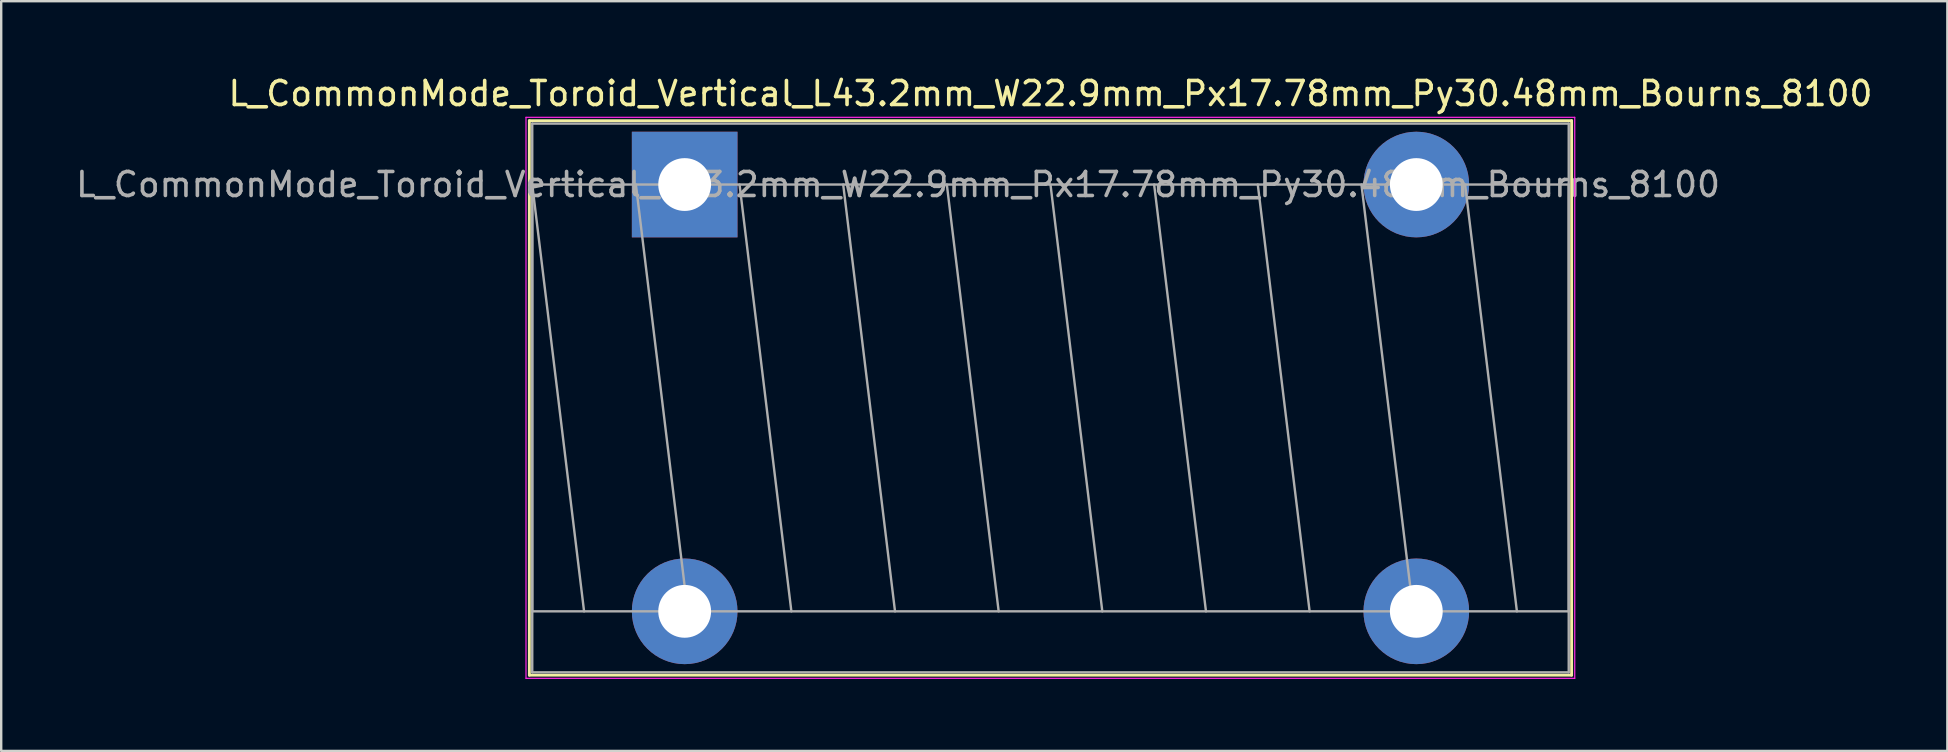
<source format=kicad_pcb>
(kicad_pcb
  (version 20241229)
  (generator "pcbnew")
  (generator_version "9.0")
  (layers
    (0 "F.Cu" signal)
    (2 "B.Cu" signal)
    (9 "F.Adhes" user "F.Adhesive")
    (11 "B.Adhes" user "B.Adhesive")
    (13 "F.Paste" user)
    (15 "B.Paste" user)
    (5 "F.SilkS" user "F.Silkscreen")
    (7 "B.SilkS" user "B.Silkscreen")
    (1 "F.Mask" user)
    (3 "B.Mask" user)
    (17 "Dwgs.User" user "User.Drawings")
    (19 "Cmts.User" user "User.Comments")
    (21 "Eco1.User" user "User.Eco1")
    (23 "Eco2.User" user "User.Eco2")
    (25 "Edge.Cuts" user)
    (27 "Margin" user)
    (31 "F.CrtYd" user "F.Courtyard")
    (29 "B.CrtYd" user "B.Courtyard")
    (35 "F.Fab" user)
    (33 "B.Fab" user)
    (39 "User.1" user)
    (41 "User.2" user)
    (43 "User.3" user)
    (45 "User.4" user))
  (footprint "L_CommonMode_Toroid_Vertical_L43.2mm_W22.9mm_Px17.78mm_Py30.48mm_Bourns_8100"
    (layer "F.Cu")
    (at 25.473 4.638)
    (property "Reference" "L_CommonMode_Toroid_Vertical_L43.2mm_W22.9mm_Px17.78mm_Py30.48mm_Bourns_8100" (at 15.24 -3.79 0) (layer "F.SilkS") (effects (font (size 1 1) (thickness 0.15))))
    (attr through_hole)
    (fp_line (start -6.47 -2.66) (end -6.47 20.44) (stroke (width 0.12) (type solid)) (layer "F.SilkS"))
    (fp_line (start -6.47 -2.66) (end 36.95 -2.66) (stroke (width 0.12) (type solid)) (layer "F.SilkS"))
    (fp_line (start -6.47 20.44) (end 36.95 20.44) (stroke (width 0.12) (type solid)) (layer "F.SilkS"))
    (fp_line (start 36.95 -2.66) (end 36.95 20.44) (stroke (width 0.12) (type solid)) (layer "F.SilkS"))
    (fp_line (start -6.61 -2.8) (end -6.61 20.57) (stroke (width 0.05) (type solid)) (layer "F.CrtYd"))
    (fp_line (start -6.61 20.57) (end 37.08 20.57) (stroke (width 0.05) (type solid)) (layer "F.CrtYd"))
    (fp_line (start 37.08 -2.8) (end -6.61 -2.8) (stroke (width 0.05) (type solid)) (layer "F.CrtYd"))
    (fp_line (start 37.08 20.57) (end 37.08 -2.8) (stroke (width 0.05) (type solid)) (layer "F.CrtYd"))
    (fp_line (start -6.35 -2.54) (end -6.35 20.32) (stroke (width 0.1) (type solid)) (layer "F.Fab"))
    (fp_line (start -6.35 0) (end -6.35 17.78) (stroke (width 0.1) (type solid)) (layer "F.Fab"))
    (fp_line (start -6.35 0) (end -4.191 17.78) (stroke (width 0.1) (type solid)) (layer "F.Fab"))
    (fp_line (start -6.35 17.78) (end 36.83 17.78) (stroke (width 0.1) (type solid)) (layer "F.Fab"))
    (fp_line (start -6.35 20.32) (end 36.83 20.32) (stroke (width 0.1) (type solid)) (layer "F.Fab"))
    (fp_line (start -2.032 0) (end 0.127 17.78) (stroke (width 0.1) (type solid)) (layer "F.Fab"))
    (fp_line (start 2.286 0) (end 4.445 17.78) (stroke (width 0.1) (type solid)) (layer "F.Fab"))
    (fp_line (start 6.604 0) (end 8.763 17.78) (stroke (width 0.1) (type solid)) (layer "F.Fab"))
    (fp_line (start 10.922 0) (end 13.081 17.78) (stroke (width 0.1) (type solid)) (layer "F.Fab"))
    (fp_line (start 15.24 0) (end 17.399 17.78) (stroke (width 0.1) (type solid)) (layer "F.Fab"))
    (fp_line (start 19.558 0) (end 21.717 17.78) (stroke (width 0.1) (type solid)) (layer "F.Fab"))
    (fp_line (start 23.876 0) (end 26.035 17.78) (stroke (width 0.1) (type solid)) (layer "F.Fab"))
    (fp_line (start 28.194 0) (end 30.353 17.78) (stroke (width 0.1) (type solid)) (layer "F.Fab"))
    (fp_line (start 32.512 0) (end 34.671 17.78) (stroke (width 0.1) (type solid)) (layer "F.Fab"))
    (fp_line (start 36.83 -2.54) (end -6.35 -2.54) (stroke (width 0.1) (type solid)) (layer "F.Fab"))
    (fp_line (start 36.83 0) (end -6.35 0) (stroke (width 0.1) (type solid)) (layer "F.Fab"))
    (fp_line (start 36.83 17.78) (end 36.83 0) (stroke (width 0.1) (type solid)) (layer "F.Fab"))
    (fp_line (start 36.83 20.32) (end 36.83 -2.54) (stroke (width 0.1) (type solid)) (layer "F.Fab"))
    (fp_text user "${REFERENCE}" (at 8.89 0 0) (layer "F.Fab") (effects (font (size 1 1) (thickness 0.15))))
    (pad "1" thru_hole rect (at 0 0) (size 4.4 4.4) (drill 2.2) (layers "*.Cu" "*.Mask"))
    (pad "2" thru_hole circle (at 0 17.78) (size 4.4 4.4) (drill 2.2) (layers "*.Cu" "*.Mask"))
    (pad "3" thru_hole circle (at 30.48 17.78) (size 4.4 4.4) (drill 2.2) (layers "*.Cu" "*.Mask"))
    (pad "4" thru_hole circle (at 30.48 0) (size 4.4 4.4) (drill 2.2) (layers "*.Cu" "*.Mask")))
  (gr_rect
    (start -3 -3)
    (end 78.076 28.233)
    (stroke (width 0.1) (type default))
    (fill no)
    (layer "Edge.Cuts")))
</source>
